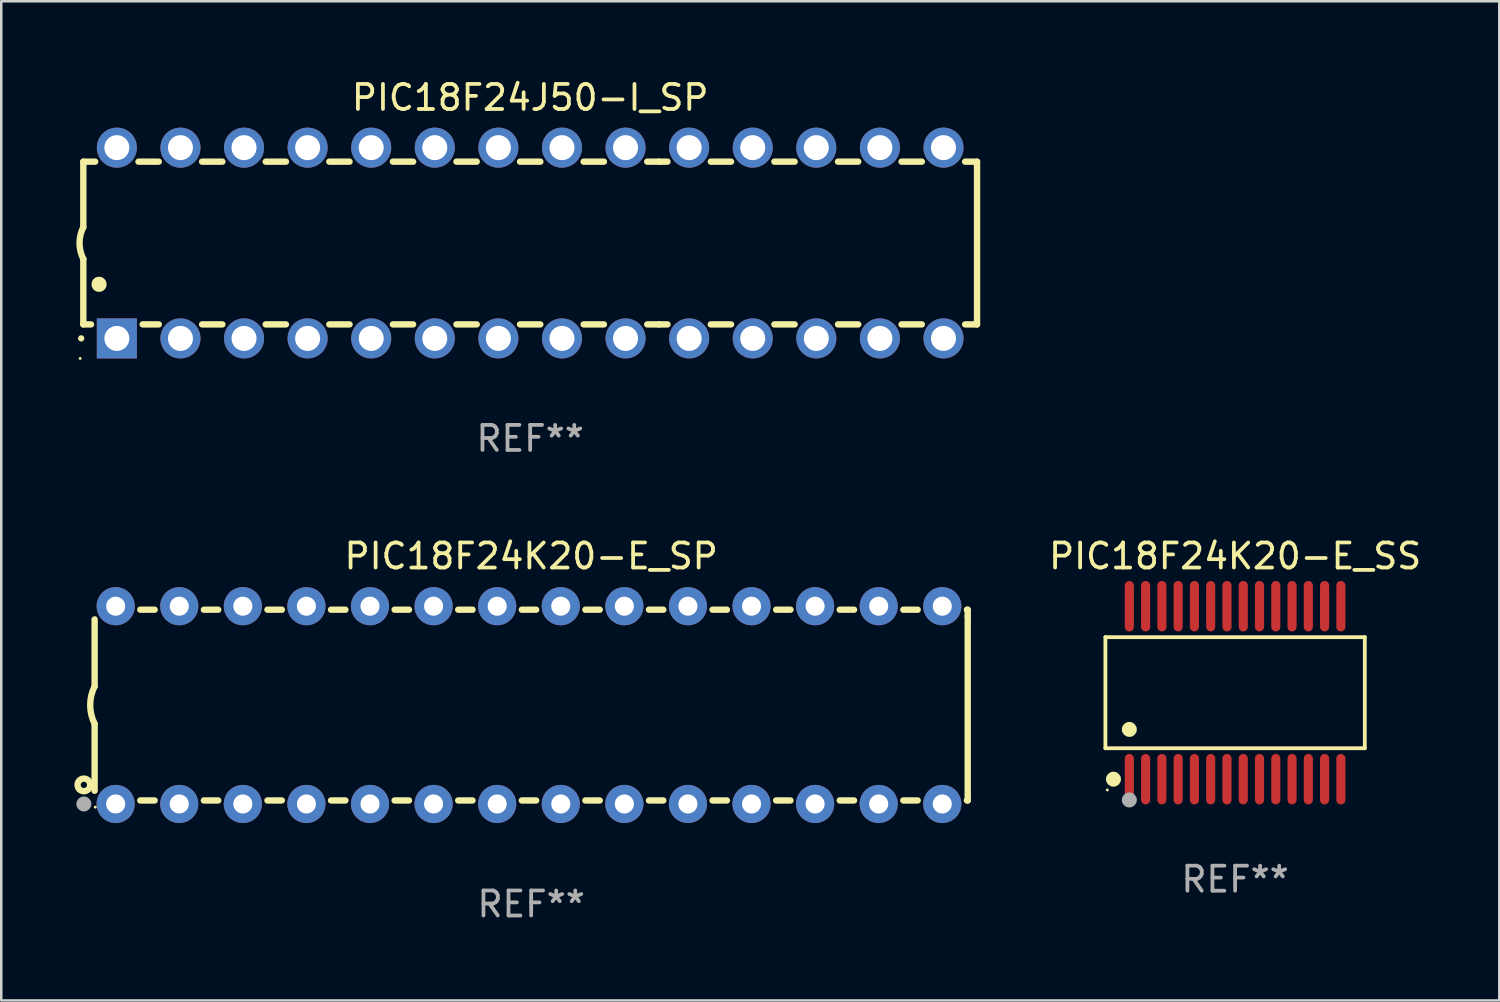
<source format=kicad_pcb>
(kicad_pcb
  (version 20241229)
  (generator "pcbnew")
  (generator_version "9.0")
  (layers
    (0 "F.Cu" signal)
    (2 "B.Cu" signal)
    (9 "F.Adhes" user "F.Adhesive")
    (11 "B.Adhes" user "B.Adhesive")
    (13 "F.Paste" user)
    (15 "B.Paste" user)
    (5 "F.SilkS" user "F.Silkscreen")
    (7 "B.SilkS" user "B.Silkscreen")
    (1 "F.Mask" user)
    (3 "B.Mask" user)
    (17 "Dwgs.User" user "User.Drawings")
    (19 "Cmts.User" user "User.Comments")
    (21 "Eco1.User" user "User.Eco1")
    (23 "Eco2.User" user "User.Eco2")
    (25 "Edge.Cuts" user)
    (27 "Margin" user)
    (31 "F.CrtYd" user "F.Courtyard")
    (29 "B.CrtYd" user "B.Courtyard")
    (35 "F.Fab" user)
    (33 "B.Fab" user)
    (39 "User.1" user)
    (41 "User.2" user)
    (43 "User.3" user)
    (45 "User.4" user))
  (footprint "PIC18F24J50-I_SP"
    (layer "F.Cu")
    (at 18.128 6.658)
    (property "Reference" "PIC18F24J50-I_SP" (at 0 -5.81 0) (layer "F.SilkS") (effects (font (size 1 1) (thickness 0.15))))
    (attr through_hole)
    (fp_line (start -17.85 -3.25) (end -17.85 -0.635) (stroke (width 0.254) (type solid)) (layer "F.SilkS"))
    (fp_line (start -17.85 3.25) (end -17.85 0.635) (stroke (width 0.254) (type solid)) (layer "F.SilkS"))
    (fp_line (start -17.85 3.25) (end -17.541 3.25) (stroke (width 0.254) (type solid)) (layer "F.SilkS"))
    (fp_line (start -17.375 -3.25) (end -17.85 -3.25) (stroke (width 0.254) (type solid)) (layer "F.SilkS"))
    (fp_line (start -15.479 3.25) (end -14.835 3.25) (stroke (width 0.254) (type solid)) (layer "F.SilkS"))
    (fp_line (start -14.835 -3.25) (end -15.645 -3.25) (stroke (width 0.254) (type solid)) (layer "F.SilkS"))
    (fp_line (start -13.105 3.25) (end -12.295 3.25) (stroke (width 0.254) (type solid)) (layer "F.SilkS"))
    (fp_line (start -12.295 -3.25) (end -13.105 -3.25) (stroke (width 0.254) (type solid)) (layer "F.SilkS"))
    (fp_line (start -10.565 3.25) (end -9.755 3.25) (stroke (width 0.254) (type solid)) (layer "F.SilkS"))
    (fp_line (start -9.755 -3.25) (end -10.565 -3.25) (stroke (width 0.254) (type solid)) (layer "F.SilkS"))
    (fp_line (start -8.025 3.25) (end -7.215 3.25) (stroke (width 0.254) (type solid)) (layer "F.SilkS"))
    (fp_line (start -7.215 -3.25) (end -8.025 -3.25) (stroke (width 0.254) (type solid)) (layer "F.SilkS"))
    (fp_line (start -5.485 3.25) (end -4.675 3.25) (stroke (width 0.254) (type solid)) (layer "F.SilkS"))
    (fp_line (start -4.675 -3.25) (end -5.485 -3.25) (stroke (width 0.254) (type solid)) (layer "F.SilkS"))
    (fp_line (start -2.945 3.25) (end -2.135 3.25) (stroke (width 0.254) (type solid)) (layer "F.SilkS"))
    (fp_line (start -2.135 -3.25) (end -2.945 -3.25) (stroke (width 0.254) (type solid)) (layer "F.SilkS"))
    (fp_line (start -0.405 3.25) (end 0.405 3.25) (stroke (width 0.254) (type solid)) (layer "F.SilkS"))
    (fp_line (start 0.405 -3.25) (end -0.405 -3.25) (stroke (width 0.254) (type solid)) (layer "F.SilkS"))
    (fp_line (start 2.135 3.25) (end 2.945 3.25) (stroke (width 0.254) (type solid)) (layer "F.SilkS"))
    (fp_line (start 2.945 -3.25) (end 2.135 -3.25) (stroke (width 0.254) (type solid)) (layer "F.SilkS"))
    (fp_line (start 4.675 3.25) (end 5.15 3.25) (stroke (width 0.254) (type solid)) (layer "F.SilkS"))
    (fp_line (start 5.15 -3.25) (end 4.675 -3.25) (stroke (width 0.254) (type solid)) (layer "F.SilkS"))
    (fp_line (start 5.15 -3.25) (end 5.485 -3.25) (stroke (width 0.254) (type solid)) (layer "F.SilkS"))
    (fp_line (start 5.15 3.25) (end 5.485 3.25) (stroke (width 0.254) (type solid)) (layer "F.SilkS"))
    (fp_line (start 7.215 -3.25) (end 8.025 -3.25) (stroke (width 0.254) (type solid)) (layer "F.SilkS"))
    (fp_line (start 7.215 3.25) (end 8.025 3.25) (stroke (width 0.254) (type solid)) (layer "F.SilkS"))
    (fp_line (start 9.755 -3.25) (end 10.565 -3.25) (stroke (width 0.254) (type solid)) (layer "F.SilkS"))
    (fp_line (start 9.755 3.25) (end 10.565 3.25) (stroke (width 0.254) (type solid)) (layer "F.SilkS"))
    (fp_line (start 12.295 -3.25) (end 13.105 -3.25) (stroke (width 0.254) (type solid)) (layer "F.SilkS"))
    (fp_line (start 12.295 3.25) (end 13.105 3.25) (stroke (width 0.254) (type solid)) (layer "F.SilkS"))
    (fp_line (start 14.835 -3.25) (end 15.645 -3.25) (stroke (width 0.254) (type solid)) (layer "F.SilkS"))
    (fp_line (start 14.835 3.25) (end 15.645 3.25) (stroke (width 0.254) (type solid)) (layer "F.SilkS"))
    (fp_line (start 17.375 -3.25) (end 17.85 -3.25) (stroke (width 0.254) (type solid)) (layer "F.SilkS"))
    (fp_line (start 17.375 3.25) (end 17.85 3.25) (stroke (width 0.254) (type solid)) (layer "F.SilkS"))
    (fp_line (start 17.85 -3.25) (end 17.85 3.25) (stroke (width 0.254) (type solid)) (layer "F.SilkS"))
    (fp_arc (start -17.934976 3.810008) (mid -17.934983 3.808738) (end -17.934976 3.807468) (stroke (width 0.25) (type solid)) (layer "F.SilkS"))
    (fp_arc (start -17.851155 0.635002) (mid -18.000677 -0.000132) (end -17.850038 -0.635001) (stroke (width 0.254001) (type solid)) (layer "F.SilkS"))
    (fp_arc (start -17.221234 1.651003) (mid -17.221245 1.648463) (end -17.221234 1.645923) (stroke (width 0.6) (type solid)) (layer "F.SilkS"))
    (fp_circle (center -17.977 4.61) (end -17.947 4.61) (stroke (width 0.06) (type solid)) (fill no) (layer "F.SilkS"))
    (fp_text user "REF**" (at 0 7.81 0) (layer "F.Fab") (effects (font (size 1 1) (thickness 0.15))))
    (pad "1" thru_hole rect (at -16.51 3.81 90) (size 1.6 1.6) (drill 1) (layers "*.Cu" "*.Mask"))
    (pad "2" thru_hole circle (at -13.97 3.81 90) (size 1.6 1.6) (drill 1) (layers "*.Cu" "*.Mask"))
    (pad "3" thru_hole circle (at -11.43 3.81 90) (size 1.6 1.6) (drill 1) (layers "*.Cu" "*.Mask"))
    (pad "4" thru_hole circle (at -8.89 3.81 90) (size 1.6 1.6) (drill 1) (layers "*.Cu" "*.Mask"))
    (pad "5" thru_hole circle (at -6.35 3.81 90) (size 1.6 1.6) (drill 1) (layers "*.Cu" "*.Mask"))
    (pad "6" thru_hole circle (at -3.81 3.81 90) (size 1.6 1.6) (drill 1) (layers "*.Cu" "*.Mask"))
    (pad "7" thru_hole circle (at -1.27 3.81 90) (size 1.6 1.6) (drill 1) (layers "*.Cu" "*.Mask"))
    (pad "8" thru_hole circle (at 1.27 3.81 90) (size 1.6 1.6) (drill 1) (layers "*.Cu" "*.Mask"))
    (pad "9" thru_hole circle (at 3.81 3.81 90) (size 1.6 1.6) (drill 1) (layers "*.Cu" "*.Mask"))
    (pad "10" thru_hole circle (at 6.35 3.81 90) (size 1.6 1.6) (drill 1) (layers "*.Cu" "*.Mask"))
    (pad "11" thru_hole circle (at 8.89 3.81 90) (size 1.6 1.6) (drill 1) (layers "*.Cu" "*.Mask"))
    (pad "12" thru_hole circle (at 11.43 3.81 90) (size 1.6 1.6) (drill 1) (layers "*.Cu" "*.Mask"))
    (pad "13" thru_hole circle (at 13.97 3.81 90) (size 1.6 1.6) (drill 1) (layers "*.Cu" "*.Mask"))
    (pad "14" thru_hole circle (at 16.51 3.81 90) (size 1.6 1.6) (drill 1) (layers "*.Cu" "*.Mask"))
    (pad "15" thru_hole circle (at 16.51 -3.81 90) (size 1.6 1.6) (drill 1) (layers "*.Cu" "*.Mask"))
    (pad "16" thru_hole circle (at 13.97 -3.81 90) (size 1.6 1.6) (drill 1) (layers "*.Cu" "*.Mask"))
    (pad "17" thru_hole circle (at 11.43 -3.81 90) (size 1.6 1.6) (drill 1) (layers "*.Cu" "*.Mask"))
    (pad "18" thru_hole circle (at 8.89 -3.81 90) (size 1.6 1.6) (drill 1) (layers "*.Cu" "*.Mask"))
    (pad "19" thru_hole circle (at 6.35 -3.81 90) (size 1.6 1.6) (drill 1) (layers "*.Cu" "*.Mask"))
    (pad "20" thru_hole circle (at 3.81 -3.81 90) (size 1.6 1.6) (drill 1) (layers "*.Cu" "*.Mask"))
    (pad "21" thru_hole circle (at 1.27 -3.81 90) (size 1.6 1.6) (drill 1) (layers "*.Cu" "*.Mask"))
    (pad "22" thru_hole circle (at -1.27 -3.81 90) (size 1.6 1.6) (drill 1) (layers "*.Cu" "*.Mask"))
    (pad "23" thru_hole circle (at -3.81 -3.81 90) (size 1.6 1.6) (drill 1) (layers "*.Cu" "*.Mask"))
    (pad "24" thru_hole circle (at -6.35 -3.81 90) (size 1.6 1.6) (drill 1) (layers "*.Cu" "*.Mask"))
    (pad "25" thru_hole circle (at -8.89 -3.81 90) (size 1.6 1.6) (drill 1) (layers "*.Cu" "*.Mask"))
    (pad "26" thru_hole circle (at -11.43 -3.81 90) (size 1.6 1.6) (drill 1) (layers "*.Cu" "*.Mask"))
    (pad "27" thru_hole circle (at -13.97 -3.81 90) (size 1.6 1.6) (drill 1) (layers "*.Cu" "*.Mask"))
    (pad "28" thru_hole circle (at -16.51 -3.81 90) (size 1.6 1.6) (drill 1) (layers "*.Cu" "*.Mask")))
  (footprint "PIC18F24K20-E_SP"
    (layer "F.Cu")
    (at 18.168 25.115)
    (property "Reference" "PIC18F24K20-E_SP" (at 0 -5.95 0) (layer "F.SilkS") (effects (font (size 1 1) (thickness 0.15))))
    (attr through_hole)
    (fp_line (start -17.438 0.75) (end -17.438 3.423) (stroke (width 0.254) (type solid)) (layer "F.SilkS"))
    (fp_line (start -17.438 -3.423) (end -17.438 -0.75) (stroke (width 0.254) (type solid)) (layer "F.SilkS"))
    (fp_line (start -15.615 3.81) (end -15.041 3.81) (stroke (width 0.254) (type solid)) (layer "F.SilkS"))
    (fp_line (start -15.041 -3.81) (end -15.614 -3.81) (stroke (width 0.254) (type solid)) (layer "F.SilkS"))
    (fp_line (start -13.075 3.81) (end -12.501 3.81) (stroke (width 0.254) (type solid)) (layer "F.SilkS"))
    (fp_line (start -12.501 -3.81) (end -13.074 -3.81) (stroke (width 0.254) (type solid)) (layer "F.SilkS"))
    (fp_line (start -10.535 3.81) (end -9.961 3.81) (stroke (width 0.254) (type solid)) (layer "F.SilkS"))
    (fp_line (start -9.961 -3.81) (end -10.534 -3.81) (stroke (width 0.254) (type solid)) (layer "F.SilkS"))
    (fp_line (start -7.995 3.81) (end -7.421 3.81) (stroke (width 0.254) (type solid)) (layer "F.SilkS"))
    (fp_line (start -7.421 -3.81) (end -7.995 -3.81) (stroke (width 0.254) (type solid)) (layer "F.SilkS"))
    (fp_line (start -5.455 3.81) (end -4.881 3.81) (stroke (width 0.254) (type solid)) (layer "F.SilkS"))
    (fp_line (start -4.881 -3.81) (end -5.455 -3.81) (stroke (width 0.254) (type solid)) (layer "F.SilkS"))
    (fp_line (start -2.915 3.81) (end -2.341 3.81) (stroke (width 0.254) (type solid)) (layer "F.SilkS"))
    (fp_line (start -2.341 -3.81) (end -2.915 -3.81) (stroke (width 0.254) (type solid)) (layer "F.SilkS"))
    (fp_line (start -0.375 3.81) (end 0.199 3.81) (stroke (width 0.254) (type solid)) (layer "F.SilkS"))
    (fp_line (start 0.199 -3.81) (end -0.375 -3.81) (stroke (width 0.254) (type solid)) (layer "F.SilkS"))
    (fp_line (start 2.165 3.81) (end 2.739 3.81) (stroke (width 0.254) (type solid)) (layer "F.SilkS"))
    (fp_line (start 2.739 -3.81) (end 2.165 -3.81) (stroke (width 0.254) (type solid)) (layer "F.SilkS"))
    (fp_line (start 4.705 3.81) (end 5.279 3.81) (stroke (width 0.254) (type solid)) (layer "F.SilkS"))
    (fp_line (start 5.279 -3.81) (end 4.705 -3.81) (stroke (width 0.254) (type solid)) (layer "F.SilkS"))
    (fp_line (start 7.245 3.81) (end 7.819 3.81) (stroke (width 0.254) (type solid)) (layer "F.SilkS"))
    (fp_line (start 7.819 -3.81) (end 7.245 -3.81) (stroke (width 0.254) (type solid)) (layer "F.SilkS"))
    (fp_line (start 9.785 3.81) (end 10.359 3.81) (stroke (width 0.254) (type solid)) (layer "F.SilkS"))
    (fp_line (start 10.359 -3.81) (end 9.785 -3.81) (stroke (width 0.254) (type solid)) (layer "F.SilkS"))
    (fp_line (start 12.325 3.81) (end 12.899 3.81) (stroke (width 0.254) (type solid)) (layer "F.SilkS"))
    (fp_line (start 12.899 -3.81) (end 12.325 -3.81) (stroke (width 0.254) (type solid)) (layer "F.SilkS"))
    (fp_line (start 14.865 3.81) (end 15.439 3.81) (stroke (width 0.254) (type solid)) (layer "F.SilkS"))
    (fp_line (start 15.439 -3.81) (end 14.865 -3.81) (stroke (width 0.254) (type solid)) (layer "F.SilkS"))
    (fp_line (start 17.405 3.81) (end 17.438 3.81) (stroke (width 0.254) (type solid)) (layer "F.SilkS"))
    (fp_line (start 17.438 -3.81) (end 17.405 -3.81) (stroke (width 0.254) (type solid)) (layer "F.SilkS"))
    (fp_line (start 17.438 -3.556) (end 17.438 -3.81) (stroke (width 0.254) (type solid)) (layer "F.SilkS"))
    (fp_line (start 17.438 3.81) (end 17.438 -3.556) (stroke (width 0.254) (type solid)) (layer "F.SilkS"))
    (fp_arc (start -17.437986 0.749657) (mid -17.614887 -0.000024) (end -17.437783 -0.749657) (stroke (width 0.254001) (type solid)) (layer "F.SilkS"))
    (fp_circle (center -17.868 3.188) (end -17.743 3.188) (stroke (width 0.254) (type solid)) (fill no) (layer "F.SilkS"))
    (fp_circle (center -17.411 4.077) (end -17.381 4.077) (stroke (width 0.06) (type solid)) (fill no) (layer "F.SilkS"))
    (fp_circle (center -17.868 3.95) (end -17.718 3.95) (stroke (width 0.3) (type solid)) (fill no) (layer "F.Fab"))
    (fp_text user "REF**" (at 0 7.95 0) (layer "F.Fab") (effects (font (size 1 1) (thickness 0.15))))
    (pad "1" thru_hole circle (at -16.598 3.95) (size 1.524 1.524) (drill 0.762) (layers "*.Cu" "*.Mask"))
    (pad "2" thru_hole circle (at -14.058 3.95) (size 1.524 1.524) (drill 0.762) (layers "*.Cu" "*.Mask"))
    (pad "3" thru_hole circle (at -11.518 3.95) (size 1.524 1.524) (drill 0.762) (layers "*.Cu" "*.Mask"))
    (pad "4" thru_hole circle (at -8.978 3.95) (size 1.524 1.524) (drill 0.762) (layers "*.Cu" "*.Mask"))
    (pad "5" thru_hole circle (at -6.438 3.95) (size 1.524 1.524) (drill 0.762) (layers "*.Cu" "*.Mask"))
    (pad "6" thru_hole circle (at -3.898 3.95) (size 1.524 1.524) (drill 0.762) (layers "*.Cu" "*.Mask"))
    (pad "7" thru_hole circle (at -1.358 3.95) (size 1.524 1.524) (drill 0.762) (layers "*.Cu" "*.Mask"))
    (pad "8" thru_hole circle (at 1.182 3.95) (size 1.524 1.524) (drill 0.762) (layers "*.Cu" "*.Mask"))
    (pad "9" thru_hole circle (at 3.722 3.95) (size 1.524 1.524) (drill 0.762) (layers "*.Cu" "*.Mask"))
    (pad "10" thru_hole circle (at 6.262 3.95) (size 1.524 1.524) (drill 0.762) (layers "*.Cu" "*.Mask"))
    (pad "11" thru_hole circle (at 8.802 3.95) (size 1.524 1.524) (drill 0.762) (layers "*.Cu" "*.Mask"))
    (pad "12" thru_hole circle (at 11.342 3.95) (size 1.524 1.524) (drill 0.762) (layers "*.Cu" "*.Mask"))
    (pad "13" thru_hole circle (at 13.882 3.95) (size 1.524 1.524) (drill 0.762) (layers "*.Cu" "*.Mask"))
    (pad "14" thru_hole circle (at 16.422 3.95) (size 1.524 1.524) (drill 0.762) (layers "*.Cu" "*.Mask"))
    (pad "15" thru_hole circle (at 16.422 -3.95) (size 1.524 1.524) (drill 0.762) (layers "*.Cu" "*.Mask"))
    (pad "16" thru_hole circle (at 13.882 -3.95) (size 1.524 1.524) (drill 0.762) (layers "*.Cu" "*.Mask"))
    (pad "17" thru_hole circle (at 11.342 -3.95) (size 1.524 1.524) (drill 0.762) (layers "*.Cu" "*.Mask"))
    (pad "18" thru_hole circle (at 8.802 -3.95) (size 1.524 1.524) (drill 0.762) (layers "*.Cu" "*.Mask"))
    (pad "19" thru_hole circle (at 6.262 -3.95) (size 1.524 1.524) (drill 0.762) (layers "*.Cu" "*.Mask"))
    (pad "20" thru_hole circle (at 3.722 -3.95) (size 1.524 1.524) (drill 0.762) (layers "*.Cu" "*.Mask"))
    (pad "21" thru_hole circle (at 1.182 -3.95) (size 1.524 1.524) (drill 0.762) (layers "*.Cu" "*.Mask"))
    (pad "22" thru_hole circle (at -1.358 -3.95) (size 1.524 1.524) (drill 0.762) (layers "*.Cu" "*.Mask"))
    (pad "23" thru_hole circle (at -3.898 -3.95) (size 1.524 1.524) (drill 0.762) (layers "*.Cu" "*.Mask"))
    (pad "24" thru_hole circle (at -6.438 -3.95) (size 1.524 1.524) (drill 0.762) (layers "*.Cu" "*.Mask"))
    (pad "25" thru_hole circle (at -8.978 -3.95) (size 1.524 1.524) (drill 0.762) (layers "*.Cu" "*.Mask"))
    (pad "26" thru_hole circle (at -11.517 -3.95) (size 1.524 1.524) (drill 0.762) (layers "*.Cu" "*.Mask"))
    (pad "27" thru_hole circle (at -14.057 -3.95) (size 1.524 1.524) (drill 0.762) (layers "*.Cu" "*.Mask"))
    (pad "28" thru_hole circle (at -16.597 -3.95) (size 1.524 1.524) (drill 0.762) (layers "*.Cu" "*.Mask")))
  (footprint "PIC18F24K20-E_SS"
    (layer "F.Cu")
    (at 46.287 24.62)
    (property "Reference" "PIC18F24K20-E_SS" (at 0 -5.455 0) (layer "F.SilkS") (effects (font (size 1 1) (thickness 0.15))))
    (attr through_hole)
    (fp_line (start -5.181 -2.219) (end 5.181 -2.219) (stroke (width 0.152) (type solid)) (layer "F.SilkS"))
    (fp_line (start -5.181 2.219) (end -5.181 -2.219) (stroke (width 0.152) (type solid)) (layer "F.SilkS"))
    (fp_line (start 5.181 -2.219) (end 5.181 2.219) (stroke (width 0.152) (type solid)) (layer "F.SilkS"))
    (fp_line (start 5.181 2.219) (end -5.181 2.219) (stroke (width 0.152) (type solid)) (layer "F.SilkS"))
    (fp_circle (center -5.105 3.885) (end -5.075 3.885) (stroke (width 0.06) (type solid)) (fill no) (layer "F.SilkS"))
    (fp_circle (center -4.859 3.455) (end -4.709 3.455) (stroke (width 0.3) (type solid)) (fill no) (layer "F.SilkS"))
    (fp_circle (center -4.225 1.467) (end -4.075 1.467) (stroke (width 0.3) (type solid)) (fill no) (layer "F.SilkS"))
    (fp_circle (center -4.225 4.285) (end -4.075 4.285) (stroke (width 0.3) (type solid)) (fill no) (layer "F.Fab"))
    (fp_text user "REF**" (at 0 7.455 0) (layer "F.Fab") (effects (font (size 1 1) (thickness 0.15))))
    (pad "1" smd oval (at -4.225 3.455) (size 0.364 2.015) (layers "F.Cu" "F.Mask" "F.Paste"))
    (pad "2" smd oval (at -3.575 3.455) (size 0.364 2.015) (layers "F.Cu" "F.Mask" "F.Paste"))
    (pad "3" smd oval (at -2.925 3.455) (size 0.364 2.015) (layers "F.Cu" "F.Mask" "F.Paste"))
    (pad "4" smd oval (at -2.275 3.455) (size 0.364 2.015) (layers "F.Cu" "F.Mask" "F.Paste"))
    (pad "5" smd oval (at -1.625 3.455) (size 0.364 2.015) (layers "F.Cu" "F.Mask" "F.Paste"))
    (pad "6" smd oval (at -0.975 3.455) (size 0.364 2.015) (layers "F.Cu" "F.Mask" "F.Paste"))
    (pad "7" smd oval (at -0.325 3.455) (size 0.364 2.015) (layers "F.Cu" "F.Mask" "F.Paste"))
    (pad "8" smd oval (at 0.325 3.455) (size 0.364 2.015) (layers "F.Cu" "F.Mask" "F.Paste"))
    (pad "9" smd oval (at 0.975 3.455) (size 0.364 2.015) (layers "F.Cu" "F.Mask" "F.Paste"))
    (pad "10" smd oval (at 1.625 3.455) (size 0.364 2.015) (layers "F.Cu" "F.Mask" "F.Paste"))
    (pad "11" smd oval (at 2.275 3.455) (size 0.364 2.015) (layers "F.Cu" "F.Mask" "F.Paste"))
    (pad "12" smd oval (at 2.925 3.455) (size 0.364 2.015) (layers "F.Cu" "F.Mask" "F.Paste"))
    (pad "13" smd oval (at 3.575 3.455) (size 0.364 2.015) (layers "F.Cu" "F.Mask" "F.Paste"))
    (pad "14" smd oval (at 4.225 3.455) (size 0.364 2.015) (layers "F.Cu" "F.Mask" "F.Paste"))
    (pad "15" smd oval (at 4.225 -3.455) (size 0.364 2.015) (layers "F.Cu" "F.Mask" "F.Paste"))
    (pad "16" smd oval (at 3.575 -3.455) (size 0.364 2.015) (layers "F.Cu" "F.Mask" "F.Paste"))
    (pad "17" smd oval (at 2.925 -3.455) (size 0.364 2.015) (layers "F.Cu" "F.Mask" "F.Paste"))
    (pad "18" smd oval (at 2.275 -3.455) (size 0.364 2.015) (layers "F.Cu" "F.Mask" "F.Paste"))
    (pad "19" smd oval (at 1.625 -3.455) (size 0.364 2.015) (layers "F.Cu" "F.Mask" "F.Paste"))
    (pad "20" smd oval (at 0.975 -3.455) (size 0.364 2.015) (layers "F.Cu" "F.Mask" "F.Paste"))
    (pad "21" smd oval (at 0.325 -3.455) (size 0.364 2.015) (layers "F.Cu" "F.Mask" "F.Paste"))
    (pad "22" smd oval (at -0.325 -3.455) (size 0.364 2.015) (layers "F.Cu" "F.Mask" "F.Paste"))
    (pad "23" smd oval (at -0.975 -3.455) (size 0.364 2.015) (layers "F.Cu" "F.Mask" "F.Paste"))
    (pad "24" smd oval (at -1.625 -3.455) (size 0.364 2.015) (layers "F.Cu" "F.Mask" "F.Paste"))
    (pad "25" smd oval (at -2.275 -3.455) (size 0.364 2.015) (layers "F.Cu" "F.Mask" "F.Paste"))
    (pad "26" smd oval (at -2.925 -3.455) (size 0.364 2.015) (layers "F.Cu" "F.Mask" "F.Paste"))
    (pad "27" smd oval (at -3.575 -3.455) (size 0.364 2.015) (layers "F.Cu" "F.Mask" "F.Paste"))
    (pad "28" smd oval (at -4.225 -3.455) (size 0.364 2.015) (layers "F.Cu" "F.Mask" "F.Paste")))
  (gr_rect
    (start -3 -3)
    (end 56.84 36.913)
    (stroke (width 0.1) (type default))
    (fill no)
    (layer "Edge.Cuts")))
</source>
